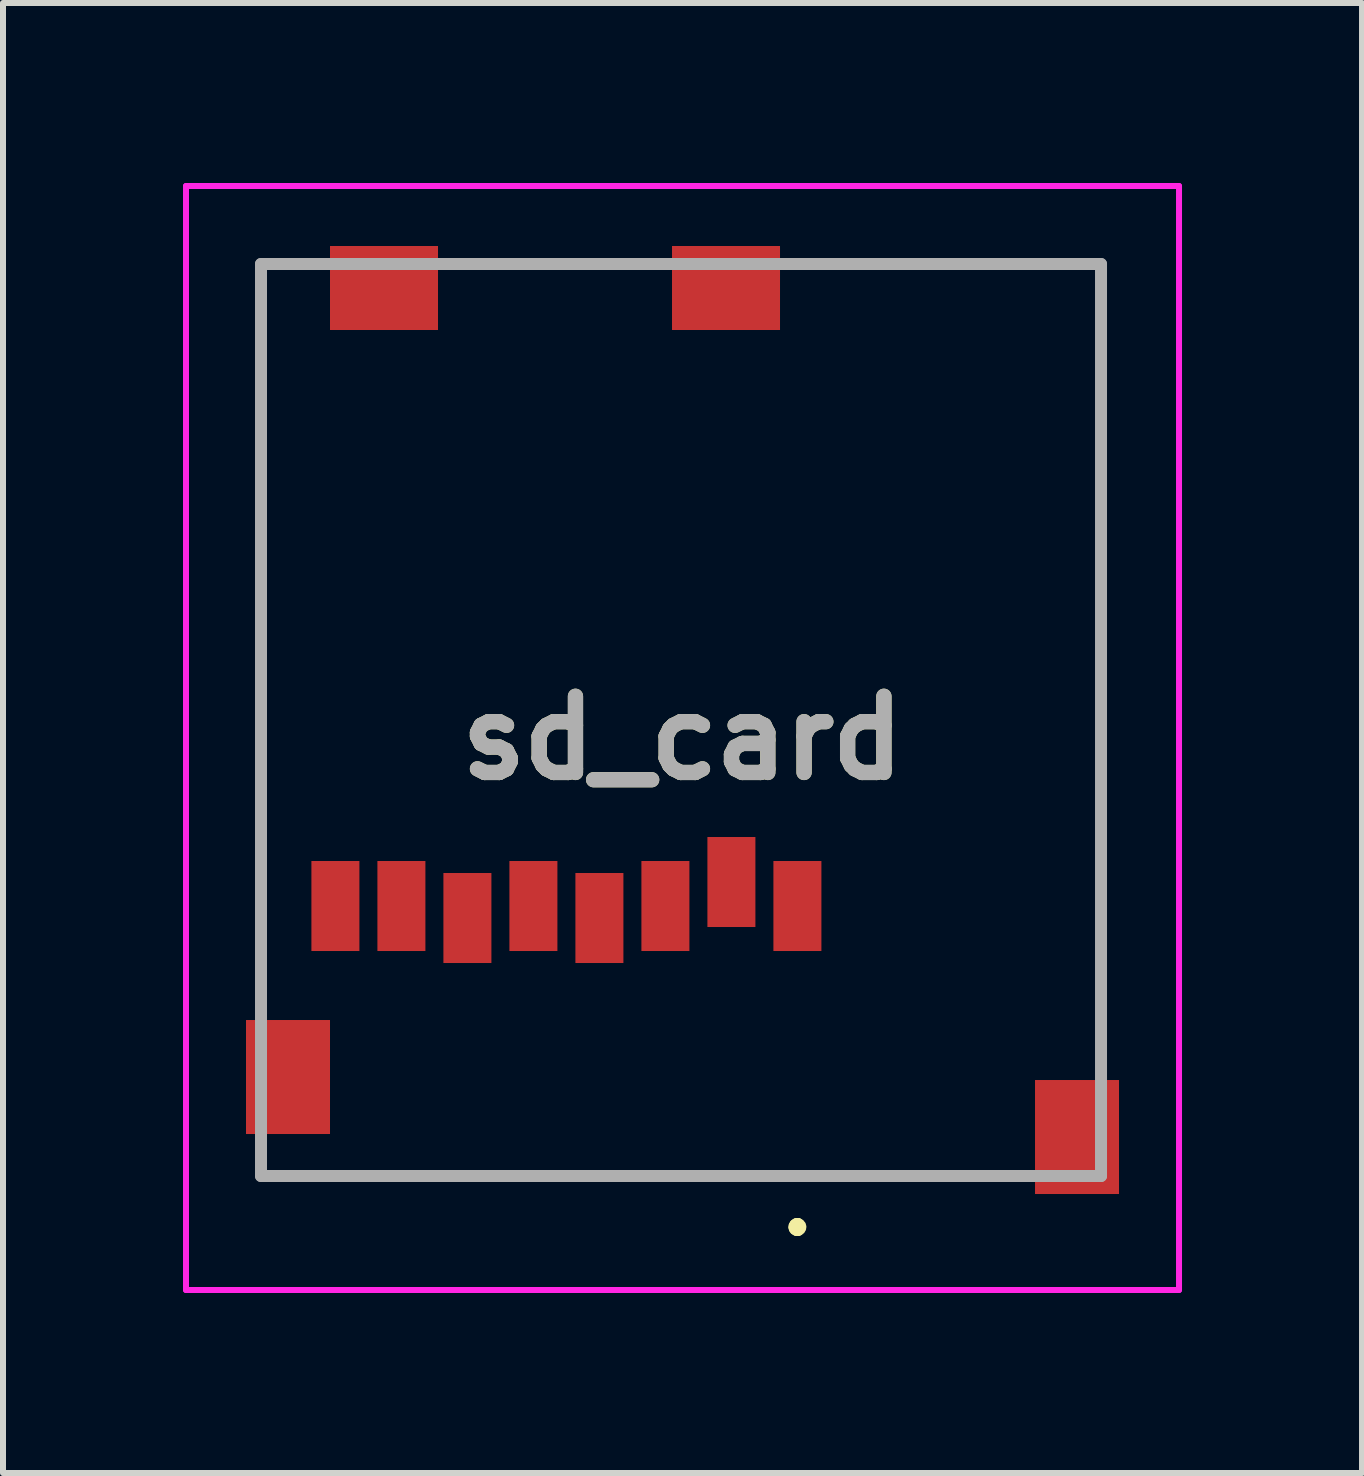
<source format=kicad_pcb>
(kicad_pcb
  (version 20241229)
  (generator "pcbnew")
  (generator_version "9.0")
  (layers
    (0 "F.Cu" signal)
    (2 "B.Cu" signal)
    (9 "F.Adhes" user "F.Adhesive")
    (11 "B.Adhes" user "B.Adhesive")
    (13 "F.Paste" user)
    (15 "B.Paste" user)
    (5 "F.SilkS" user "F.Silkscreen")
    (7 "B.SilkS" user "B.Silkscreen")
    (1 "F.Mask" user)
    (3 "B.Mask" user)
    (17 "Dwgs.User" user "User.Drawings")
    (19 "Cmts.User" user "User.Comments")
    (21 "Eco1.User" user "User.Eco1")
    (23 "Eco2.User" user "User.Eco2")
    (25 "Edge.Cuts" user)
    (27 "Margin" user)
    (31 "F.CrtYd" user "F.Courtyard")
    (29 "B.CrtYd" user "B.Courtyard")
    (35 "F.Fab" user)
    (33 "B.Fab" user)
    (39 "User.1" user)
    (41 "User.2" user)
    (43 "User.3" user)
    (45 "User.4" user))
  (footprint "sd_card"
    (layer "F.Cu")
    (at 8.3 8.95)
    (property "Reference" "sd_card" (at 0.025 0.3 0) (layer "F.SilkS") (effects (font (size 1.27 1.27) (thickness 0.254))))
    (attr smd)
    (fp_line (start -7 -7.6) (end -7 -7.6) (stroke (width 0.1) (type solid)) (layer "F.SilkS"))
    (fp_line (start -7 -7.6) (end -7 -7.6) (stroke (width 0.1) (type solid)) (layer "F.SilkS"))
    (fp_line (start -7 -7.6) (end -7 4.25) (stroke (width 0.1) (type solid)) (layer "F.SilkS"))
    (fp_line (start -7 -7.6) (end -6.5 -7.6) (stroke (width 0.1) (type solid)) (layer "F.SilkS"))
    (fp_line (start -7 4.25) (end -7 -7.6) (stroke (width 0.1) (type solid)) (layer "F.SilkS"))
    (fp_line (start -7 4.25) (end -7 4.25) (stroke (width 0.1) (type solid)) (layer "F.SilkS"))
    (fp_line (start -7 7.6) (end -7 7.6) (stroke (width 0.1) (type solid)) (layer "F.SilkS"))
    (fp_line (start -7 7.6) (end 5.25 7.6) (stroke (width 0.1) (type solid)) (layer "F.SilkS"))
    (fp_line (start -6.5 -7.6) (end -7 -7.6) (stroke (width 0.1) (type solid)) (layer "F.SilkS"))
    (fp_line (start -6.5 -7.6) (end -6.5 -7.6) (stroke (width 0.1) (type solid)) (layer "F.SilkS"))
    (fp_line (start -3.5 -7.6) (end -3.5 -7.6) (stroke (width 0.1) (type solid)) (layer "F.SilkS"))
    (fp_line (start -3.5 -7.6) (end -0.75 -7.6) (stroke (width 0.1) (type solid)) (layer "F.SilkS"))
    (fp_line (start -0.75 -7.6) (end -3.5 -7.6) (stroke (width 0.1) (type solid)) (layer "F.SilkS"))
    (fp_line (start -0.75 -7.6) (end -0.75 -7.6) (stroke (width 0.1) (type solid)) (layer "F.SilkS"))
    (fp_line (start 1.94 8.4) (end 1.94 8.4) (stroke (width 0.2) (type solid)) (layer "F.SilkS"))
    (fp_line (start 1.94 8.4) (end 1.94 8.4) (stroke (width 0.2) (type solid)) (layer "F.SilkS"))
    (fp_line (start 1.94 8.5) (end 1.94 8.5) (stroke (width 0.2) (type solid)) (layer "F.SilkS"))
    (fp_line (start 2.25 -7.6) (end 2.25 -7.6) (stroke (width 0.1) (type solid)) (layer "F.SilkS"))
    (fp_line (start 2.25 -7.6) (end 7 -7.6) (stroke (width 0.1) (type solid)) (layer "F.SilkS"))
    (fp_line (start 5.25 7.6) (end -7 7.6) (stroke (width 0.1) (type solid)) (layer "F.SilkS"))
    (fp_line (start 5.25 7.6) (end 5.25 7.6) (stroke (width 0.1) (type solid)) (layer "F.SilkS"))
    (fp_line (start 7 -7.6) (end 2.25 -7.6) (stroke (width 0.1) (type solid)) (layer "F.SilkS"))
    (fp_line (start 7 -7.6) (end 7 -7.6) (stroke (width 0.1) (type solid)) (layer "F.SilkS"))
    (fp_line (start 7 -7.6) (end 7 -7.6) (stroke (width 0.1) (type solid)) (layer "F.SilkS"))
    (fp_line (start 7 -7.6) (end 7 5.5) (stroke (width 0.1) (type solid)) (layer "F.SilkS"))
    (fp_line (start 7 5.5) (end 7 -7.6) (stroke (width 0.1) (type solid)) (layer "F.SilkS"))
    (fp_line (start 7 5.5) (end 7 5.5) (stroke (width 0.1) (type solid)) (layer "F.SilkS"))
    (fp_arc (start 1.94 8.4) (mid 1.99 8.45) (end 1.94 8.5) (stroke (width 0.2) (type solid)) (layer "F.SilkS"))
    (fp_arc (start 1.94 8.5) (mid 1.89 8.45) (end 1.94 8.4) (stroke (width 0.2) (type solid)) (layer "F.SilkS"))
    (fp_arc (start 1.94 8.5) (mid 1.89 8.45) (end 1.94 8.4) (stroke (width 0.2) (type solid)) (layer "F.SilkS"))
    (fp_line (start -8.25 -8.9) (end 8.3 -8.9) (stroke (width 0.1) (type solid)) (layer "F.CrtYd"))
    (fp_line (start -8.25 9.5) (end -8.25 -8.9) (stroke (width 0.1) (type solid)) (layer "F.CrtYd"))
    (fp_line (start 8.3 -8.9) (end 8.3 9.5) (stroke (width 0.1) (type solid)) (layer "F.CrtYd"))
    (fp_line (start 8.3 9.5) (end -8.25 9.5) (stroke (width 0.1) (type solid)) (layer "F.CrtYd"))
    (fp_line (start -7 -7.6) (end -7 7.6) (stroke (width 0.2) (type solid)) (layer "F.Fab"))
    (fp_line (start -7 7.6) (end 7 7.6) (stroke (width 0.2) (type solid)) (layer "F.Fab"))
    (fp_line (start 7 -7.6) (end -7 -7.6) (stroke (width 0.2) (type solid)) (layer "F.Fab"))
    (fp_line (start 7 7.6) (end 7 -7.6) (stroke (width 0.2) (type solid)) (layer "F.Fab"))
    (fp_text user "${REFERENCE}" (at 0.025 0.3 0) (layer "F.Fab") (effects (font (size 1.27 1.27) (thickness 0.254))))
    (pad "1" smd rect (at 1.94 3.1) (size 0.8 1.5) (layers "F.Cu" "F.Mask" "F.Paste"))
    (pad "2" smd rect (at 0.84 2.7) (size 0.8 1.5) (layers "F.Cu" "F.Mask" "F.Paste"))
    (pad "3" smd rect (at -0.26 3.1) (size 0.8 1.5) (layers "F.Cu" "F.Mask" "F.Paste"))
    (pad "4" smd rect (at -1.36 3.3) (size 0.8 1.5) (layers "F.Cu" "F.Mask" "F.Paste"))
    (pad "5" smd rect (at -2.46 3.1) (size 0.8 1.5) (layers "F.Cu" "F.Mask" "F.Paste"))
    (pad "6" smd rect (at -3.56 3.3) (size 0.8 1.5) (layers "F.Cu" "F.Mask" "F.Paste"))
    (pad "7" smd rect (at -4.66 3.1) (size 0.8 1.5) (layers "F.Cu" "F.Mask" "F.Paste"))
    (pad "8" smd rect (at -5.76 3.1) (size 0.8 1.5) (layers "F.Cu" "F.Mask" "F.Paste"))
    (pad "9" smd rect (at 6.6 6.95) (size 1.4 1.9) (layers "F.Cu" "F.Mask" "F.Paste"))
    (pad "10" smd rect (at 0.75 -7.2 90) (size 1.4 1.8) (layers "F.Cu" "F.Mask" "F.Paste"))
    (pad "11" smd rect (at -6.55 5.95) (size 1.4 1.9) (layers "F.Cu" "F.Mask" "F.Paste"))
    (pad "12" smd rect (at -4.95 -7.2 90) (size 1.4 1.8) (layers "F.Cu" "F.Mask" "F.Paste")))
  (gr_rect
    (start -3 -3)
    (end 19.65 21.5)
    (stroke (width 0.1) (type default))
    (fill no)
    (layer "Edge.Cuts")))
</source>
